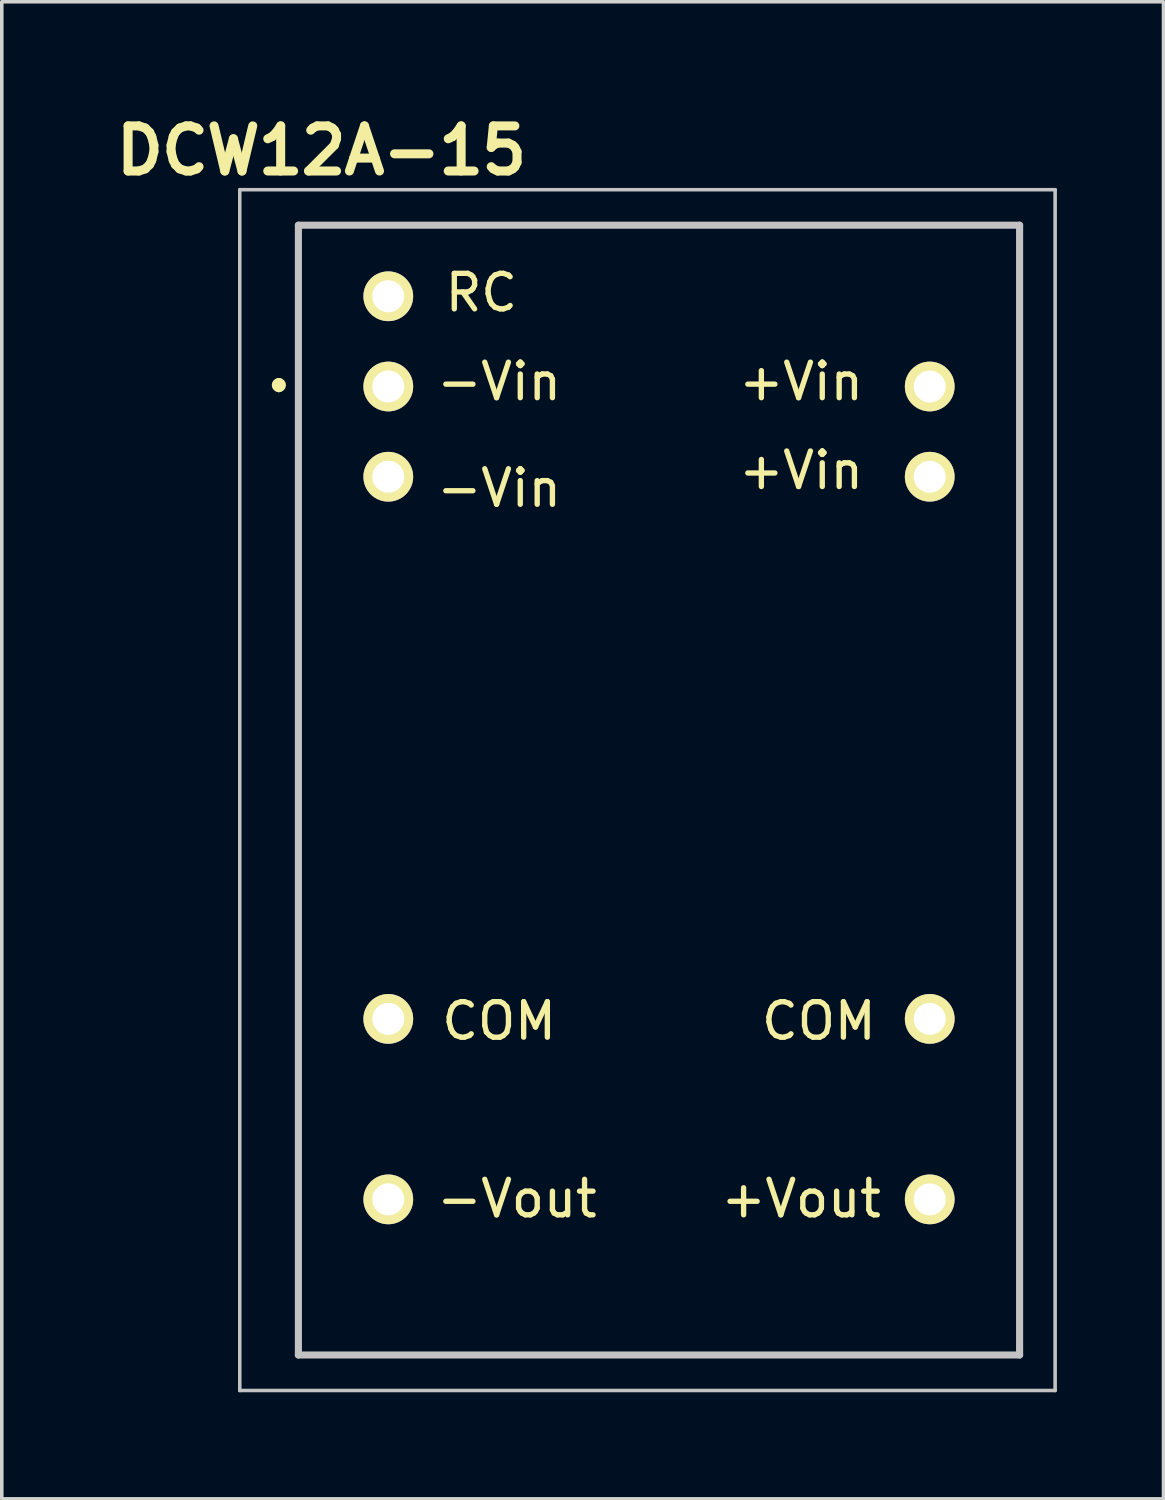
<source format=kicad_pcb>
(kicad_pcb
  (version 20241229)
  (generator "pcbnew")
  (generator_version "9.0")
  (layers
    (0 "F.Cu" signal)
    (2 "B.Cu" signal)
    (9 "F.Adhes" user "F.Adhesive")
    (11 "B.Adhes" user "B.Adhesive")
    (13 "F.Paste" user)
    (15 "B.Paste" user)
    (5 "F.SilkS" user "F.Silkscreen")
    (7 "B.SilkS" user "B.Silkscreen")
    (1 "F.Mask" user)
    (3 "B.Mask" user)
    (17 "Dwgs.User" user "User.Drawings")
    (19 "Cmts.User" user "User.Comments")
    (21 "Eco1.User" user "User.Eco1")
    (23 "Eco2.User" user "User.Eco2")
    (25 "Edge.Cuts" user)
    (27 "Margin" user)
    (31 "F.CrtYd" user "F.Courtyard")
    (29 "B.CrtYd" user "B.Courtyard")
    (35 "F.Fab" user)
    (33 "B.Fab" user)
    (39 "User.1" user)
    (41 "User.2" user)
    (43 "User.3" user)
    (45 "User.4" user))
  (footprint "DCW12A-15"
    (layer "F.Cu")
    (at 15.499 19.189)
    (property "Reference" "DCW12A-15" (at -9.5 -18 0) (layer "F.SilkS") (effects (font (size 1.27 1.27) (thickness 0.254))))
    (attr through_hole)
    (fp_line (start -10.7 -11.5) (end -10.7 -11.5) (stroke (width 0.2) (type solid)) (layer "F.SilkS"))
    (fp_line (start -10.7 -11.3) (end -10.7 -11.3) (stroke (width 0.2) (type solid)) (layer "F.SilkS"))
    (fp_line (start -10.15 -15.9) (end 10.15 -15.9) (stroke (width 0.1) (type solid)) (layer "F.SilkS"))
    (fp_line (start -10.15 15.9) (end -10.15 -15.9) (stroke (width 0.1) (type solid)) (layer "F.SilkS"))
    (fp_line (start 10.15 -15.9) (end 10.15 15.9) (stroke (width 0.1) (type solid)) (layer "F.SilkS"))
    (fp_line (start 10.15 15.9) (end -10.15 15.9) (stroke (width 0.1) (type solid)) (layer "F.SilkS"))
    (fp_arc (start -10.7 -11.5) (mid -10.6 -11.4) (end -10.7 -11.3) (stroke (width 0.2) (type solid)) (layer "F.SilkS"))
    (fp_arc (start -10.7 -11.3) (mid -10.8 -11.4) (end -10.7 -11.5) (stroke (width 0.2) (type solid)) (layer "F.SilkS"))
    (fp_line (start -11.8 -16.9) (end 11.15 -16.9) (stroke (width 0.1) (type solid)) (layer "Dwgs.User"))
    (fp_line (start -11.8 16.9) (end -11.8 -16.9) (stroke (width 0.1) (type solid)) (layer "Dwgs.User"))
    (fp_line (start -10.15 -15.9) (end 10.15 -15.9) (stroke (width 0.2) (type solid)) (layer "Dwgs.User"))
    (fp_line (start -10.15 15.9) (end -10.15 -15.9) (stroke (width 0.2) (type solid)) (layer "Dwgs.User"))
    (fp_line (start 10.15 -15.9) (end 10.15 15.9) (stroke (width 0.2) (type solid)) (layer "Dwgs.User"))
    (fp_line (start 10.15 15.9) (end -10.15 15.9) (stroke (width 0.2) (type solid)) (layer "Dwgs.User"))
    (fp_line (start 11.15 -16.9) (end 11.15 16.9) (stroke (width 0.1) (type solid)) (layer "Dwgs.User"))
    (fp_line (start 11.15 16.9) (end -11.8 16.9) (stroke (width 0.1) (type solid)) (layer "Dwgs.User"))
    (fp_text user "+Vout" (at 4 11.5 0) (layer "F.SilkS") (effects (font (size 1 1) (thickness 0.15))))
    (fp_text user "COM" (at -4.5 6.5 0) (layer "F.SilkS") (effects (font (size 1 1) (thickness 0.15))))
    (fp_text user "+Vin" (at 4 -11.5 0) (layer "F.SilkS") (effects (font (size 1 1) (thickness 0.15))))
    (fp_text user "RC" (at -5 -14 0) (layer "F.SilkS") (effects (font (size 1 1) (thickness 0.15))))
    (fp_text user "-Vout" (at -4 11.5 0) (layer "F.SilkS") (effects (font (size 1 1) (thickness 0.15))))
    (fp_text user "COM" (at 4.5 6.5 0) (layer "F.SilkS") (effects (font (size 1 1) (thickness 0.15))))
    (fp_text user "+Vin" (at 4 -9 0) (layer "F.SilkS") (effects (font (size 1 1) (thickness 0.15))))
    (fp_text user "-Vin" (at -4.5 -11.5 0) (layer "F.SilkS") (effects (font (size 1 1) (thickness 0.15))))
    (fp_text user "-Vin" (at -4.5 -8.5 0) (layer "F.SilkS") (effects (font (size 1 1) (thickness 0.15))))
    (pad "1" thru_hole circle (at -7.62 -13.9 90) (size 1.4 1.4) (drill 0.9) (layers "*.Cu" "*.Mask" "F.SilkS"))
    (pad "2" thru_hole circle (at -7.62 -11.36 90) (size 1.4 1.4) (drill 0.9) (layers "*.Cu" "*.Mask" "F.SilkS"))
    (pad "3" thru_hole circle (at -7.62 -8.82 90) (size 1.4 1.4) (drill 0.9) (layers "*.Cu" "*.Mask" "F.SilkS"))
    (pad "9" thru_hole circle (at -7.62 6.44 90) (size 1.4 1.4) (drill 0.9) (layers "*.Cu" "*.Mask" "F.SilkS"))
    (pad "11" thru_hole circle (at -7.62 11.52 90) (size 1.4 1.4) (drill 0.9) (layers "*.Cu" "*.Mask" "F.SilkS"))
    (pad "14" thru_hole circle (at 7.62 11.52 90) (size 1.4 1.4) (drill 0.9) (layers "*.Cu" "*.Mask" "F.SilkS"))
    (pad "16" thru_hole circle (at 7.62 6.44 90) (size 1.4 1.4) (drill 0.9) (layers "*.Cu" "*.Mask" "F.SilkS"))
    (pad "22" thru_hole circle (at 7.62 -8.82 90) (size 1.4 1.4) (drill 0.9) (layers "*.Cu" "*.Mask" "F.SilkS"))
    (pad "23" thru_hole circle (at 7.62 -11.36 90) (size 1.4 1.4) (drill 0.9) (layers "*.Cu" "*.Mask" "F.SilkS")))
  (gr_rect
    (start -3 -3)
    (end 29.699 39.139)
    (stroke (width 0.1) (type default))
    (fill no)
    (layer "Edge.Cuts")))
</source>
